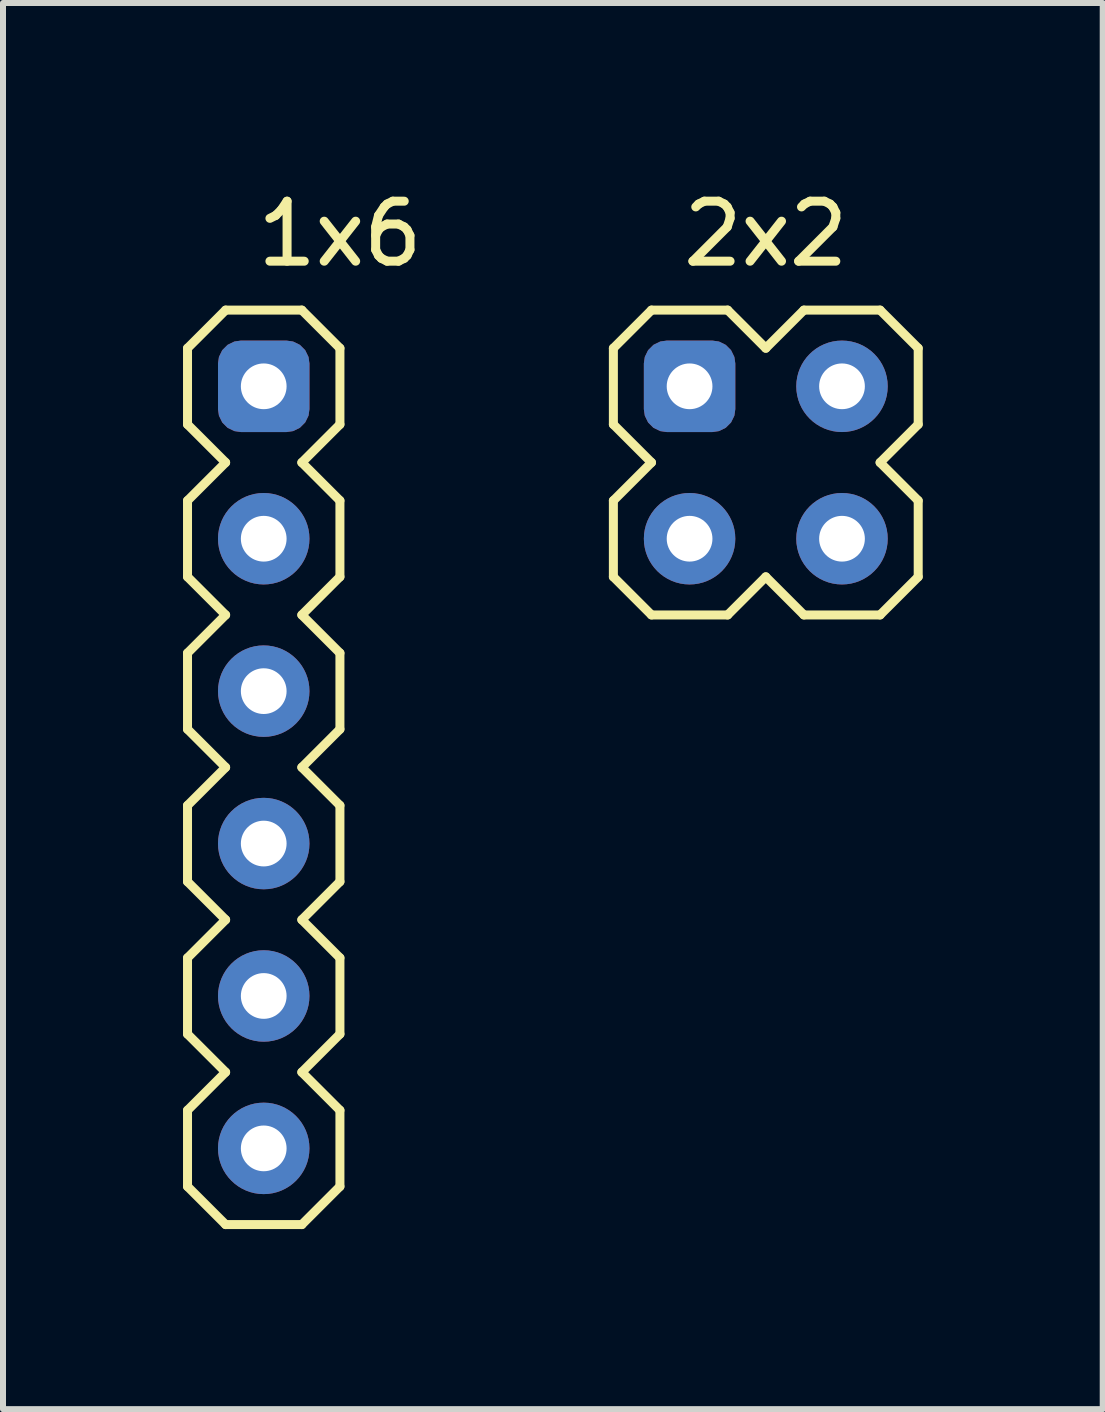
<source format=kicad_pcb>
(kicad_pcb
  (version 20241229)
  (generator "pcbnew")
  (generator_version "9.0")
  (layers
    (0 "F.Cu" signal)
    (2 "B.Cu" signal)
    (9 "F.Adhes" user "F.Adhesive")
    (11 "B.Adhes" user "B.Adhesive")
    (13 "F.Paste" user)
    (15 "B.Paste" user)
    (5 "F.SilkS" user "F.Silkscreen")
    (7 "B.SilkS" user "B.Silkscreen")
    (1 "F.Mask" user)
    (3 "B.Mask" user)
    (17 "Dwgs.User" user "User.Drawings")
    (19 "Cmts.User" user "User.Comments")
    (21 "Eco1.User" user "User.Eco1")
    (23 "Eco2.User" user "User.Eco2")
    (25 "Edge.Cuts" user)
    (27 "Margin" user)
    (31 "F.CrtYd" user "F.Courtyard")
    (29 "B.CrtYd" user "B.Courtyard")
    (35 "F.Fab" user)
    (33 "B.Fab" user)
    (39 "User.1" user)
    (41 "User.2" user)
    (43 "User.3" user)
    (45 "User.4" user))
  (footprint "1x6"
    (layer "F.Cu")
    (at 1.345 3.388)
    (property "Reference" "1x6" (at 1.27 -2.54 0) (layer "F.SilkS") (effects (font (size 1 1) (thickness 0.15))))
    (attr through_hole)
    (fp_line (start -1.27 -0.635) (end -0.635 -1.27) (stroke (width 0.15) (type solid)) (layer "F.SilkS"))
    (fp_line (start -1.27 0.635) (end -1.27 -0.635) (stroke (width 0.15) (type solid)) (layer "F.SilkS"))
    (fp_line (start -1.27 1.905) (end -0.635 1.27) (stroke (width 0.15) (type solid)) (layer "F.SilkS"))
    (fp_line (start -1.27 3.175) (end -1.27 1.905) (stroke (width 0.15) (type solid)) (layer "F.SilkS"))
    (fp_line (start -1.27 4.445) (end -0.635 3.81) (stroke (width 0.15) (type solid)) (layer "F.SilkS"))
    (fp_line (start -1.27 5.715) (end -1.27 4.445) (stroke (width 0.15) (type solid)) (layer "F.SilkS"))
    (fp_line (start -1.27 6.985) (end -0.635 6.35) (stroke (width 0.15) (type solid)) (layer "F.SilkS"))
    (fp_line (start -1.27 8.255) (end -1.27 6.985) (stroke (width 0.15) (type solid)) (layer "F.SilkS"))
    (fp_line (start -1.27 9.525) (end -0.635 8.89) (stroke (width 0.15) (type solid)) (layer "F.SilkS"))
    (fp_line (start -1.27 10.795) (end -1.27 9.525) (stroke (width 0.15) (type solid)) (layer "F.SilkS"))
    (fp_line (start -1.27 12.065) (end -0.635 11.43) (stroke (width 0.15) (type solid)) (layer "F.SilkS"))
    (fp_line (start -1.27 13.335) (end -1.27 12.065) (stroke (width 0.15) (type solid)) (layer "F.SilkS"))
    (fp_line (start -0.635 -1.27) (end 0.635 -1.27) (stroke (width 0.15) (type solid)) (layer "F.SilkS"))
    (fp_line (start -0.635 1.27) (end -1.27 0.635) (stroke (width 0.15) (type solid)) (layer "F.SilkS"))
    (fp_line (start -0.635 3.81) (end -1.27 3.175) (stroke (width 0.15) (type solid)) (layer "F.SilkS"))
    (fp_line (start -0.635 6.35) (end -1.27 5.715) (stroke (width 0.15) (type solid)) (layer "F.SilkS"))
    (fp_line (start -0.635 8.89) (end -1.27 8.255) (stroke (width 0.15) (type solid)) (layer "F.SilkS"))
    (fp_line (start -0.635 11.43) (end -1.27 10.795) (stroke (width 0.15) (type solid)) (layer "F.SilkS"))
    (fp_line (start -0.635 13.97) (end -1.27 13.335) (stroke (width 0.15) (type solid)) (layer "F.SilkS"))
    (fp_line (start 0.635 -1.27) (end 1.27 -0.635) (stroke (width 0.15) (type solid)) (layer "F.SilkS"))
    (fp_line (start 0.635 1.27) (end 1.27 1.905) (stroke (width 0.15) (type solid)) (layer "F.SilkS"))
    (fp_line (start 0.635 3.81) (end 1.27 4.445) (stroke (width 0.15) (type solid)) (layer "F.SilkS"))
    (fp_line (start 0.635 6.35) (end 1.27 6.985) (stroke (width 0.15) (type solid)) (layer "F.SilkS"))
    (fp_line (start 0.635 8.89) (end 1.27 9.525) (stroke (width 0.15) (type solid)) (layer "F.SilkS"))
    (fp_line (start 0.635 11.43) (end 1.27 12.065) (stroke (width 0.15) (type solid)) (layer "F.SilkS"))
    (fp_line (start 0.635 13.97) (end -0.635 13.97) (stroke (width 0.15) (type solid)) (layer "F.SilkS"))
    (fp_line (start 1.27 -0.635) (end 1.27 0.635) (stroke (width 0.15) (type solid)) (layer "F.SilkS"))
    (fp_line (start 1.27 0.635) (end 0.635 1.27) (stroke (width 0.15) (type solid)) (layer "F.SilkS"))
    (fp_line (start 1.27 1.905) (end 1.27 3.175) (stroke (width 0.15) (type solid)) (layer "F.SilkS"))
    (fp_line (start 1.27 3.175) (end 0.635 3.81) (stroke (width 0.15) (type solid)) (layer "F.SilkS"))
    (fp_line (start 1.27 4.445) (end 1.27 5.715) (stroke (width 0.15) (type solid)) (layer "F.SilkS"))
    (fp_line (start 1.27 5.715) (end 0.635 6.35) (stroke (width 0.15) (type solid)) (layer "F.SilkS"))
    (fp_line (start 1.27 6.985) (end 1.27 8.255) (stroke (width 0.15) (type solid)) (layer "F.SilkS"))
    (fp_line (start 1.27 8.255) (end 0.635 8.89) (stroke (width 0.15) (type solid)) (layer "F.SilkS"))
    (fp_line (start 1.27 9.525) (end 1.27 10.795) (stroke (width 0.15) (type solid)) (layer "F.SilkS"))
    (fp_line (start 1.27 10.795) (end 0.635 11.43) (stroke (width 0.15) (type solid)) (layer "F.SilkS"))
    (fp_line (start 1.27 12.065) (end 1.27 13.335) (stroke (width 0.15) (type solid)) (layer "F.SilkS"))
    (fp_line (start 1.27 13.335) (end 0.635 13.97) (stroke (width 0.15) (type solid)) (layer "F.SilkS"))
    (pad "1" thru_hole roundrect (at 0 0) (size 1.524 1.524) (drill 0.762) (layers "*.Cu" "*.Mask") (roundrect_rratio 0.25))
    (pad "2" thru_hole circle (at 0 2.54) (size 1.524 1.524) (drill 0.762) (layers "*.Cu" "*.Mask"))
    (pad "3" thru_hole circle (at 0 5.08) (size 1.524 1.524) (drill 0.762) (layers "*.Cu" "*.Mask"))
    (pad "4" thru_hole circle (at 0 7.62) (size 1.524 1.524) (drill 0.762) (layers "*.Cu" "*.Mask"))
    (pad "5" thru_hole circle (at 0 10.16) (size 1.524 1.524) (drill 0.762) (layers "*.Cu" "*.Mask"))
    (pad "6" thru_hole circle (at 0 12.7) (size 1.524 1.524) (drill 0.762) (layers "*.Cu" "*.Mask")))
  (footprint "2x2"
    (layer "F.Cu")
    (at 8.442 3.388)
    (property "Reference" "2x2" (at 1.27 -2.54 0) (layer "F.SilkS") (effects (font (size 1 1) (thickness 0.15))))
    (attr through_hole)
    (fp_line (start -1.27 -0.635) (end -0.635 -1.27) (stroke (width 0.15) (type solid)) (layer "F.SilkS"))
    (fp_line (start -1.27 0.635) (end -1.27 -0.635) (stroke (width 0.15) (type solid)) (layer "F.SilkS"))
    (fp_line (start -1.27 1.905) (end -0.635 1.27) (stroke (width 0.15) (type solid)) (layer "F.SilkS"))
    (fp_line (start -1.27 3.175) (end -1.27 1.905) (stroke (width 0.15) (type solid)) (layer "F.SilkS"))
    (fp_line (start -0.635 -1.27) (end 0.635 -1.27) (stroke (width 0.15) (type solid)) (layer "F.SilkS"))
    (fp_line (start -0.635 1.27) (end -1.27 0.635) (stroke (width 0.15) (type solid)) (layer "F.SilkS"))
    (fp_line (start -0.635 3.81) (end -1.27 3.175) (stroke (width 0.15) (type solid)) (layer "F.SilkS"))
    (fp_line (start 0.635 -1.27) (end 1.27 -0.635) (stroke (width 0.15) (type solid)) (layer "F.SilkS"))
    (fp_line (start 0.635 3.81) (end -0.635 3.81) (stroke (width 0.15) (type solid)) (layer "F.SilkS"))
    (fp_line (start 1.27 -0.635) (end 1.905 -1.27) (stroke (width 0.15) (type solid)) (layer "F.SilkS"))
    (fp_line (start 1.27 3.175) (end 0.635 3.81) (stroke (width 0.15) (type solid)) (layer "F.SilkS"))
    (fp_line (start 1.905 -1.27) (end 3.175 -1.27) (stroke (width 0.15) (type solid)) (layer "F.SilkS"))
    (fp_line (start 1.905 3.81) (end 1.27 3.175) (stroke (width 0.15) (type solid)) (layer "F.SilkS"))
    (fp_line (start 3.175 -1.27) (end 3.81 -0.635) (stroke (width 0.15) (type solid)) (layer "F.SilkS"))
    (fp_line (start 3.175 1.27) (end 3.81 1.905) (stroke (width 0.15) (type solid)) (layer "F.SilkS"))
    (fp_line (start 3.175 3.81) (end 1.905 3.81) (stroke (width 0.15) (type solid)) (layer "F.SilkS"))
    (fp_line (start 3.81 -0.635) (end 3.81 0.635) (stroke (width 0.15) (type solid)) (layer "F.SilkS"))
    (fp_line (start 3.81 0.635) (end 3.175 1.27) (stroke (width 0.15) (type solid)) (layer "F.SilkS"))
    (fp_line (start 3.81 1.905) (end 3.81 3.175) (stroke (width 0.15) (type solid)) (layer "F.SilkS"))
    (fp_line (start 3.81 3.175) (end 3.175 3.81) (stroke (width 0.15) (type solid)) (layer "F.SilkS"))
    (pad "1" thru_hole roundrect (at 0 0) (size 1.524 1.524) (drill 0.762) (layers "*.Cu" "*.Mask") (roundrect_rratio 0.25))
    (pad "2" thru_hole circle (at 2.54 0) (size 1.524 1.524) (drill 0.762) (layers "*.Cu" "*.Mask"))
    (pad "3" thru_hole circle (at 0 2.54) (size 1.524 1.524) (drill 0.762) (layers "*.Cu" "*.Mask"))
    (pad "4" thru_hole circle (at 2.54 2.54) (size 1.524 1.524) (drill 0.762) (layers "*.Cu" "*.Mask")))
  (gr_rect
    (start -3 -3)
    (end 15.327 20.433)
    (stroke (width 0.1) (type default))
    (fill no)
    (layer "Edge.Cuts")))
</source>
